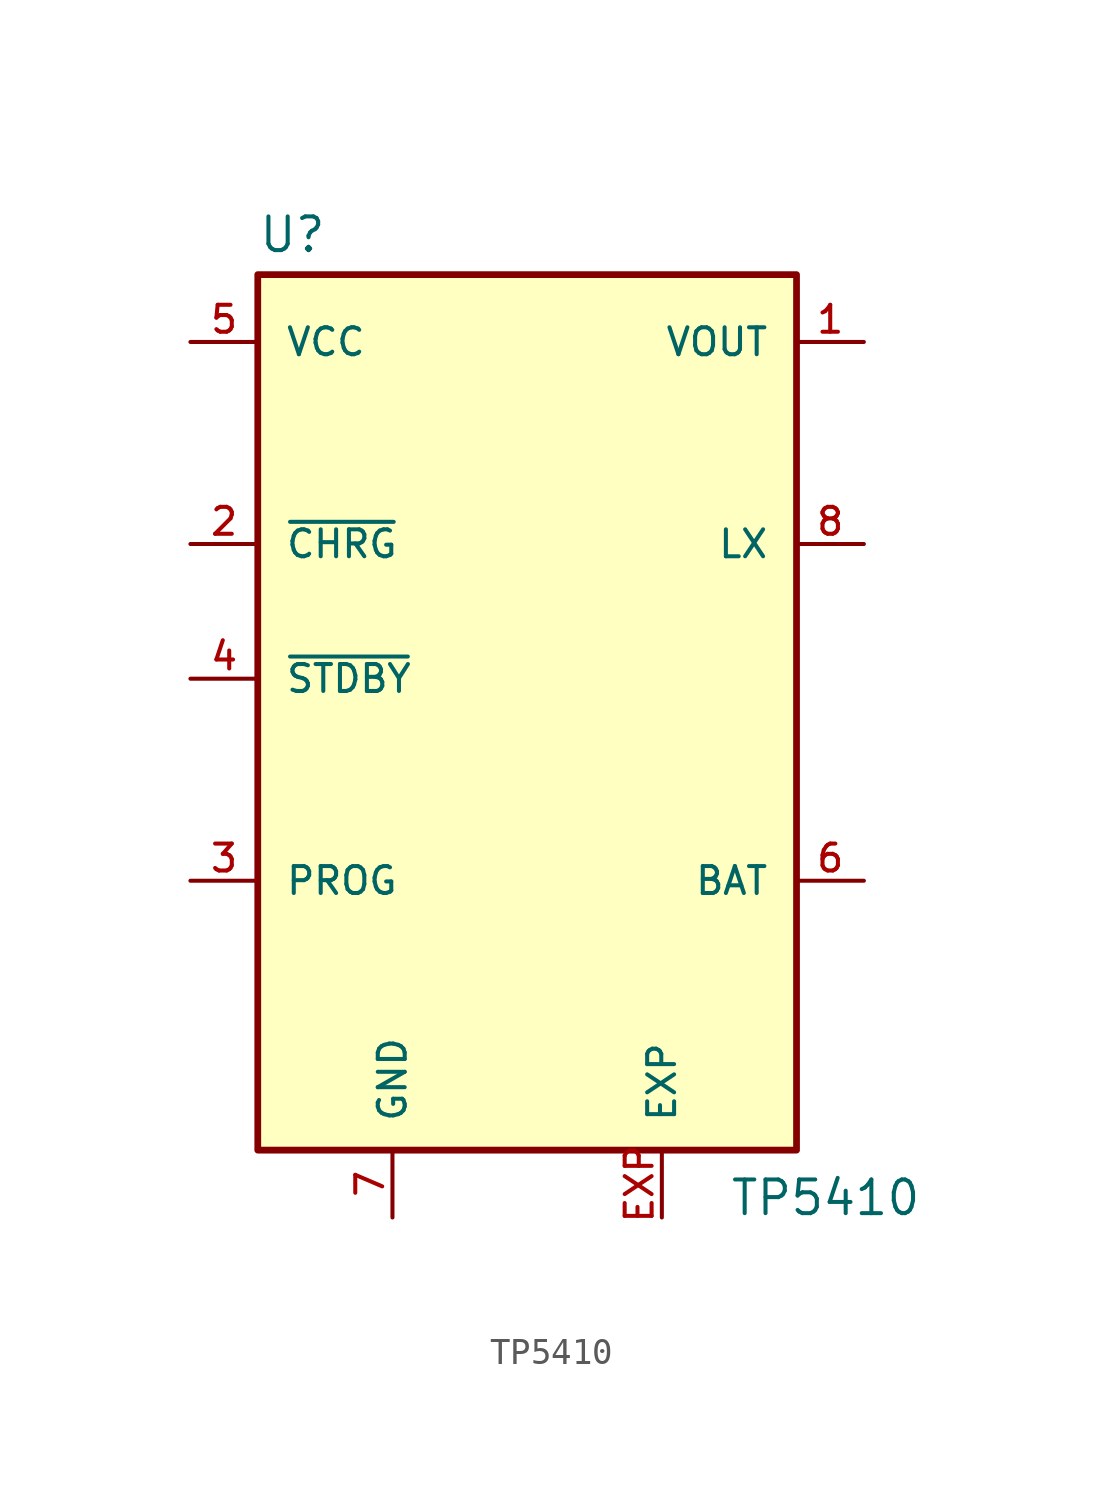
<source format=kicad_sym>
(kicad_symbol_lib
  (version 20211014)
  (generator kicad_symbol_editor)
  (symbol "TP5410"
    (pin_names
      (offset 1.016))
    (property "Reference" "U"
      (at -10.16 23.622 0)
      (effects (font (size 1.27 1.27)) (justify bottom left)))
    (property "Value" "TP5410"
      (at 7.62 -12.7 0)
      (effects (font (size 1.27 1.27)) (justify bottom left)))
    (symbol "TP5410_0_0"
      (rectangle (start -10.16 -10.16) (end 10.16 22.86) (stroke (width 0.254)) (fill (type background)))
      (pin bidirectional line (at -12.7 20.32 0) (length 2.54) (name "VCC" (effects (font (size 1.016 1.016)))) (number "5" (effects (font (size 1.016 1.016)))))
      (pin bidirectional line (at -12.7 12.7 0) (length 2.54) (name "~{CHRG}" (effects (font (size 1.016 1.016)))) (number "2" (effects (font (size 1.016 1.016)))))
      (pin bidirectional line (at -12.7 7.62 0) (length 2.54) (name "~{STDBY}" (effects (font (size 1.016 1.016)))) (number "4" (effects (font (size 1.016 1.016)))))
      (pin bidirectional line (at -12.7 0.0 0) (length 2.54) (name "PROG" (effects (font (size 1.016 1.016)))) (number "3" (effects (font (size 1.016 1.016)))))
      (pin bidirectional line (at -5.08 -12.7 90.0) (length 2.54) (name "GND" (effects (font (size 1.016 1.016)))) (number "7" (effects (font (size 1.016 1.016)))))
      (pin bidirectional line (at 12.7 0.0 180.0) (length 2.54) (name "BAT" (effects (font (size 1.016 1.016)))) (number "6" (effects (font (size 1.016 1.016)))))
      (pin bidirectional line (at 12.7 12.7 180.0) (length 2.54) (name "LX" (effects (font (size 1.016 1.016)))) (number "8" (effects (font (size 1.016 1.016)))))
      (pin bidirectional line (at 12.7 20.32 180.0) (length 2.54) (name "VOUT" (effects (font (size 1.016 1.016)))) (number "1" (effects (font (size 1.016 1.016)))))
      (pin bidirectional line (at 5.08 -12.7 90.0) (length 2.54) (name "EXP" (effects (font (size 1.016 1.016)))) (number "EXP" (effects (font (size 1.016 1.016))))))))
</source>
